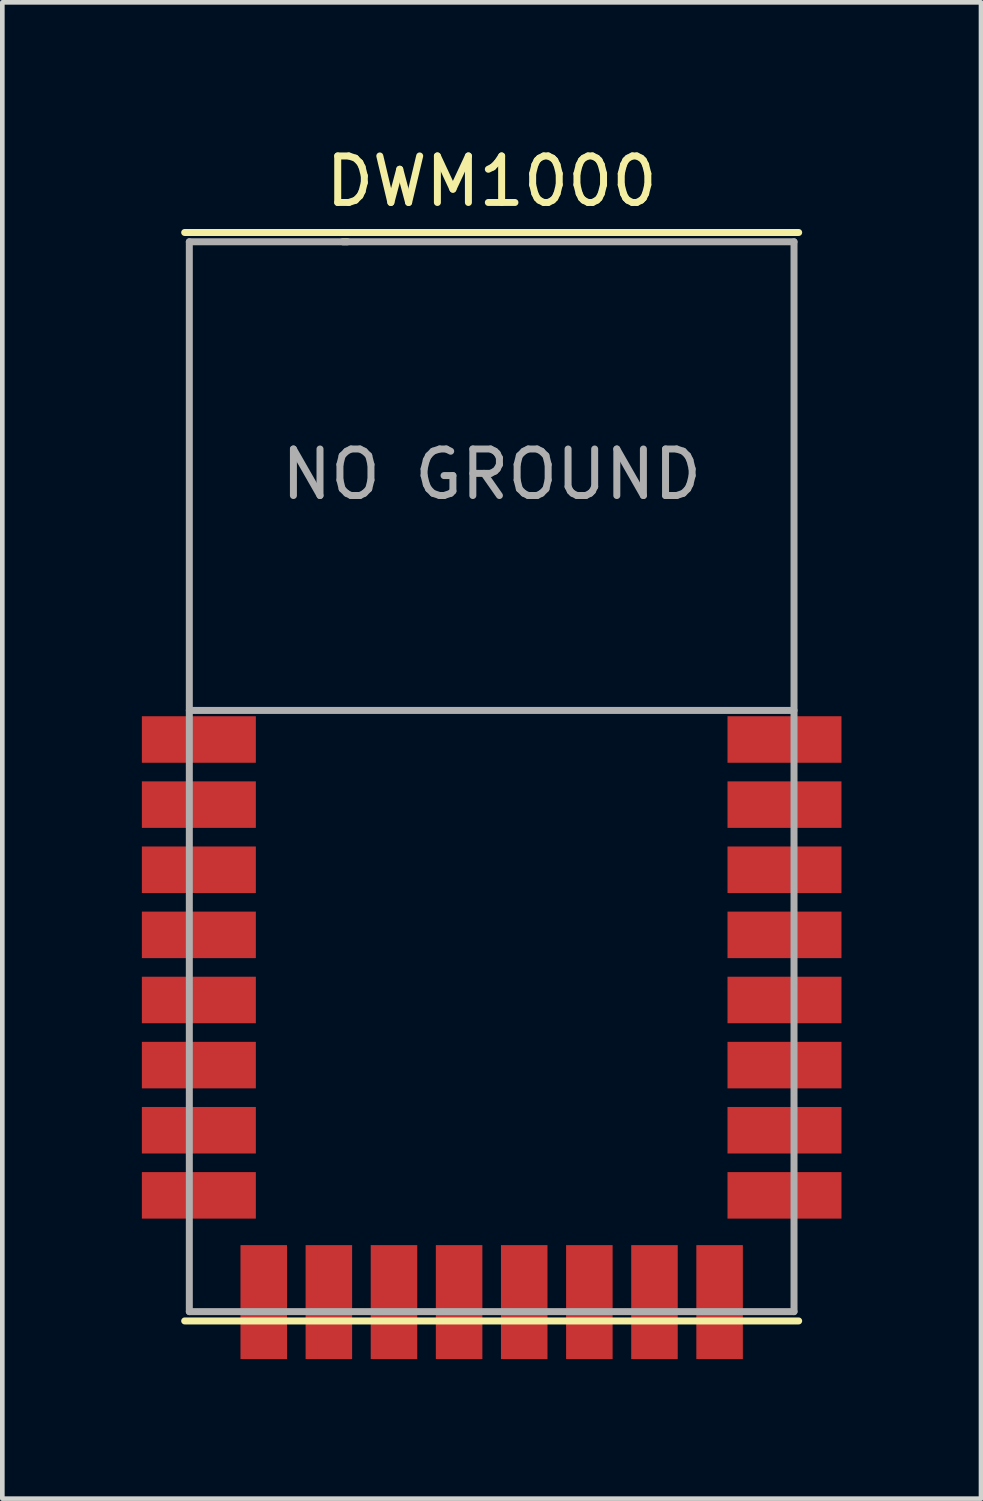
<source format=kicad_pcb>
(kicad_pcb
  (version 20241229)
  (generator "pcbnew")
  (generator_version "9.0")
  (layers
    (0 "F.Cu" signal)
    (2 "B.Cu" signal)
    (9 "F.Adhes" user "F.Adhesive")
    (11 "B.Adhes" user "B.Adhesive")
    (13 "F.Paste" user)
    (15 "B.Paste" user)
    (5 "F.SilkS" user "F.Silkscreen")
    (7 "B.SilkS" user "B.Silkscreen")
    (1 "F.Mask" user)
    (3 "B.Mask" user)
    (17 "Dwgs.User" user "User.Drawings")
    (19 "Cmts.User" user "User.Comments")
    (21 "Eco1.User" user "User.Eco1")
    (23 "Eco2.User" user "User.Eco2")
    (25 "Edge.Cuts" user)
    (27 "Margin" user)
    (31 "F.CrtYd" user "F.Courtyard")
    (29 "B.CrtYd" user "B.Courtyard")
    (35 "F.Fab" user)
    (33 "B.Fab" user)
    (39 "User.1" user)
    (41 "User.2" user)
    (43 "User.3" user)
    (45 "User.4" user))
  (footprint "DWM1000"
    (layer "F.Cu")
    (at 7.52 13.648)
    (property "Reference" "DWM1000" (at 0 -12.8 0) (layer "F.SilkS") (effects (font (size 1 1) (thickness 0.15))))
    (attr through_hole)
    (fp_line (start -6.6 11.7) (end 6.6 11.7) (stroke (width 0.15) (type solid)) (layer "F.SilkS"))
    (fp_line (start -3.2 -11.5) (end -3.1 -11.5) (stroke (width 0.15) (type solid)) (layer "F.SilkS"))
    (fp_line (start 6.6 -11.7) (end -6.6 -11.7) (stroke (width 0.15) (type solid)) (layer "F.SilkS"))
    (fp_line (start -6.5 -11.5) (end 6.5 -11.5) (stroke (width 0.15) (type solid)) (layer "F.Fab"))
    (fp_line (start -6.5 -1.425) (end 6.5 -1.425) (stroke (width 0.15) (type solid)) (layer "F.Fab"))
    (fp_line (start -6.5 11.5) (end -6.5 -11.5) (stroke (width 0.15) (type solid)) (layer "F.Fab"))
    (fp_line (start 6.5 -11.5) (end 6.5 11.5) (stroke (width 0.15) (type solid)) (layer "F.Fab"))
    (fp_line (start 6.5 11.5) (end -6.5 11.5) (stroke (width 0.15) (type solid)) (layer "F.Fab"))
    (fp_text user "NO GROUND" (at 0 -6.5 0) (layer "F.Fab") (effects (font (size 1 1) (thickness 0.15))))
    (pad "1" smd rect (at -6.295 -0.8) (size 2.45 1) (layers "F.Cu" "F.Mask" "F.Paste"))
    (pad "2" smd rect (at -6.295 0.6) (size 2.45 1) (layers "F.Cu" "F.Mask" "F.Paste"))
    (pad "3" smd rect (at -6.295 2) (size 2.45 1) (layers "F.Cu" "F.Mask" "F.Paste"))
    (pad "4" smd rect (at -6.295 3.4) (size 2.45 1) (layers "F.Cu" "F.Mask" "F.Paste"))
    (pad "5" smd rect (at -6.295 4.8) (size 2.45 1) (layers "F.Cu" "F.Mask" "F.Paste"))
    (pad "6" smd rect (at -6.295 6.2) (size 2.45 1) (layers "F.Cu" "F.Mask" "F.Paste"))
    (pad "7" smd rect (at -6.295 7.6) (size 2.45 1) (layers "F.Cu" "F.Mask" "F.Paste"))
    (pad "8" smd rect (at -6.295 9) (size 2.45 1) (layers "F.Cu" "F.Mask" "F.Paste"))
    (pad "9" smd rect (at -4.9 11.295) (size 1 2.45) (layers "F.Cu" "F.Mask" "F.Paste"))
    (pad "10" smd rect (at -3.5 11.295) (size 1 2.45) (layers "F.Cu" "F.Mask" "F.Paste"))
    (pad "11" smd rect (at -2.1 11.295) (size 1 2.45) (layers "F.Cu" "F.Mask" "F.Paste"))
    (pad "12" smd rect (at -0.7 11.295) (size 1 2.45) (layers "F.Cu" "F.Mask" "F.Paste"))
    (pad "13" smd rect (at 0.7 11.295) (size 1 2.45) (layers "F.Cu" "F.Mask" "F.Paste"))
    (pad "14" smd rect (at 2.1 11.295) (size 1 2.45) (layers "F.Cu" "F.Mask" "F.Paste"))
    (pad "15" smd rect (at 3.5 11.295) (size 1 2.45) (layers "F.Cu" "F.Mask" "F.Paste"))
    (pad "16" smd rect (at 4.9 11.295) (size 1 2.45) (layers "F.Cu" "F.Mask" "F.Paste"))
    (pad "17" smd rect (at 6.295 9) (size 2.45 1) (layers "F.Cu" "F.Mask" "F.Paste"))
    (pad "18" smd rect (at 6.295 7.6) (size 2.45 1) (layers "F.Cu" "F.Mask" "F.Paste"))
    (pad "19" smd rect (at 6.295 6.2) (size 2.45 1) (layers "F.Cu" "F.Mask" "F.Paste"))
    (pad "20" smd rect (at 6.295 4.8) (size 2.45 1) (layers "F.Cu" "F.Mask" "F.Paste"))
    (pad "21" smd rect (at 6.295 3.4) (size 2.45 1) (layers "F.Cu" "F.Mask" "F.Paste"))
    (pad "22" smd rect (at 6.295 2) (size 2.45 1) (layers "F.Cu" "F.Mask" "F.Paste"))
    (pad "23" smd rect (at 6.295 0.6) (size 2.45 1) (layers "F.Cu" "F.Mask" "F.Paste"))
    (pad "24" smd rect (at 6.295 -0.8) (size 2.45 1) (layers "F.Cu" "F.Mask" "F.Paste")))
  (gr_rect
    (start -3 -3)
    (end 18.04 29.168)
    (stroke (width 0.1) (type default))
    (fill no)
    (layer "Edge.Cuts")))
</source>
